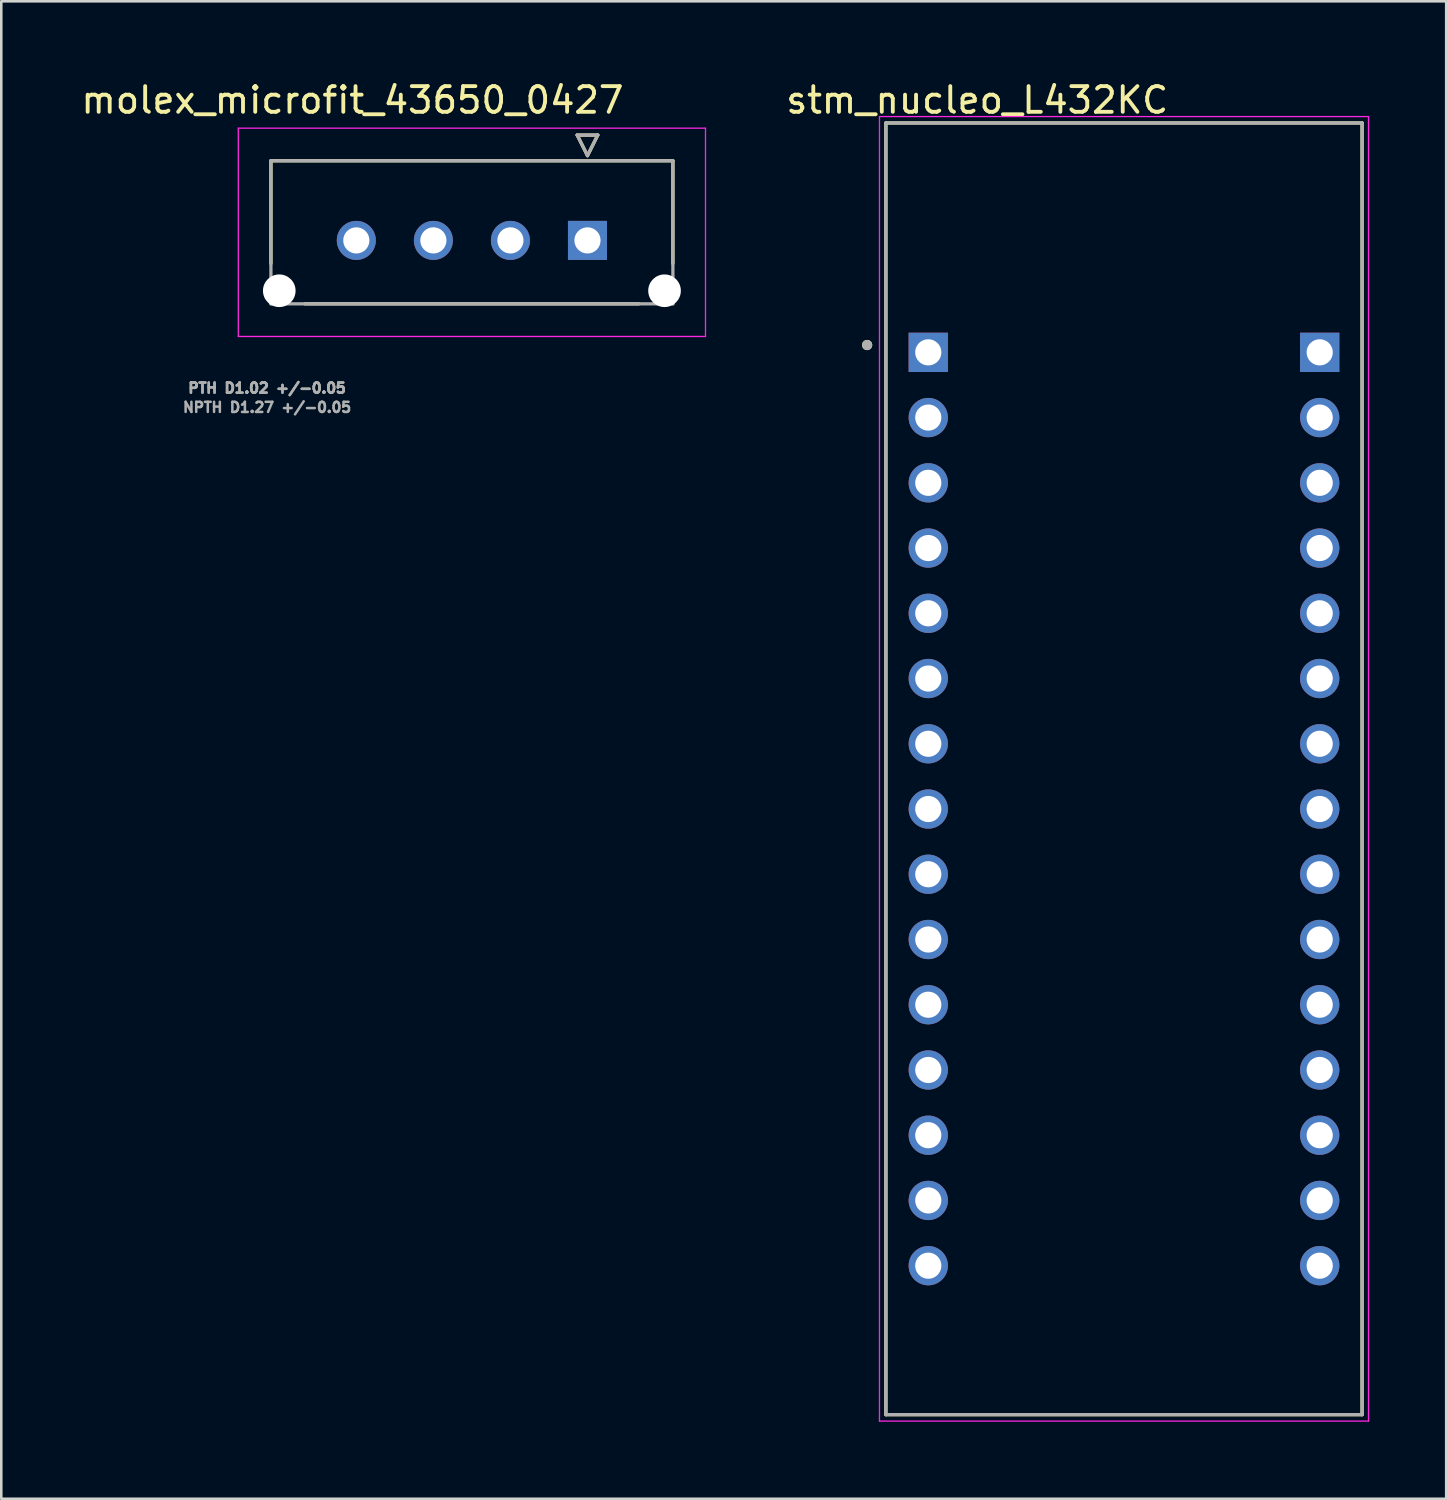
<source format=kicad_pcb>
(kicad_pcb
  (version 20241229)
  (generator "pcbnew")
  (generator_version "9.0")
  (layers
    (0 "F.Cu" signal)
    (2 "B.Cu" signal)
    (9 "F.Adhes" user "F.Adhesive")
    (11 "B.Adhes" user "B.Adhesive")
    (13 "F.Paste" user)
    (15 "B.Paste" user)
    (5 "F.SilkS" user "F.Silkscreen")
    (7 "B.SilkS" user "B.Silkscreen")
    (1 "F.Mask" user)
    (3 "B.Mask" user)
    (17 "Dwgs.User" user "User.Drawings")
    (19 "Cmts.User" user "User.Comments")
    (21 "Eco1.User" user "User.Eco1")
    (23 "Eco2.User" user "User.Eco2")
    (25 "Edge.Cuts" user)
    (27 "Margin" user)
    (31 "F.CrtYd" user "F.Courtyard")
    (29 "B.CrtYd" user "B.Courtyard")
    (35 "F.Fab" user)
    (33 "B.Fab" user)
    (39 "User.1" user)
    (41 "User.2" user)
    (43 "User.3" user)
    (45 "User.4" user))
  (footprint "molex_microfit_43650_0427"
    (layer "F.Cu")
    (at 19.823 6.31)
    (property "Reference" "molex_microfit_43650_0427" (at -9.15 -5.462 0) (layer "F.SilkS") (effects (font (size 1 1) (thickness 0.15))))
    (attr through_hole)
    (fp_circle (center -12 1.96) (end -11.644 1.96) (stroke (width 0.711) (type solid)) (fill no) (layer "F.Mask"))
    (fp_circle (center -9 0) (end -8.582 0) (stroke (width 0.836) (type solid)) (fill no) (layer "F.Mask"))
    (fp_circle (center -6 0) (end -5.582 0) (stroke (width 0.836) (type solid)) (fill no) (layer "F.Mask"))
    (fp_circle (center -3 0) (end -2.582 0) (stroke (width 0.836) (type solid)) (fill no) (layer "F.Mask"))
    (fp_circle (center 3 1.96) (end 3.356 1.96) (stroke (width 0.711) (type solid)) (fill no) (layer "F.Mask"))
    (fp_poly (pts (xy -0.836 -0.836) (xy 0.836 -0.836) (xy 0.836 0.836) (xy -0.836 0.836)) (stroke (width 0.01) (type solid)) (fill yes) (layer "F.Mask"))
    (fp_circle (center -12 1.96) (end -11.644 1.96) (stroke (width 0.711) (type solid)) (fill no) (layer "B.Mask"))
    (fp_circle (center -9 0) (end -8.582 0) (stroke (width 0.836) (type solid)) (fill no) (layer "B.Mask"))
    (fp_circle (center -6 0) (end -5.582 0) (stroke (width 0.836) (type solid)) (fill no) (layer "B.Mask"))
    (fp_circle (center -3 0) (end -2.582 0) (stroke (width 0.836) (type solid)) (fill no) (layer "B.Mask"))
    (fp_circle (center 3 1.96) (end 3.356 1.96) (stroke (width 0.711) (type solid)) (fill no) (layer "B.Mask"))
    (fp_poly (pts (xy -0.836 -0.836) (xy 0.836 -0.836) (xy 0.836 0.836) (xy -0.836 0.836)) (stroke (width 0.01) (type solid)) (fill yes) (layer "B.Mask"))
    (fp_line (start -12.325 -3.1) (end -12.325 0.9) (stroke (width 0.127) (type solid)) (layer "F.SilkS"))
    (fp_line (start -12.325 -3.1) (end 3.325 -3.1) (stroke (width 0.127) (type solid)) (layer "F.SilkS"))
    (fp_line (start -0.4 -4.1) (end 0.4 -4.1) (stroke (width 0.127) (type solid)) (layer "F.SilkS"))
    (fp_line (start 0 -3.3) (end -0.4 -4.1) (stroke (width 0.127) (type solid)) (layer "F.SilkS"))
    (fp_line (start 0.4 -4.1) (end 0 -3.3) (stroke (width 0.127) (type solid)) (layer "F.SilkS"))
    (fp_line (start 2 2.47) (end -11 2.47) (stroke (width 0.127) (type solid)) (layer "F.SilkS"))
    (fp_line (start 3.325 -3.1) (end 3.325 0.9) (stroke (width 0.127) (type solid)) (layer "F.SilkS"))
    (fp_line (start -13.595 -4.37) (end 4.595 -4.37) (stroke (width 0.05) (type solid)) (layer "F.CrtYd"))
    (fp_line (start -13.595 3.74) (end -13.595 -4.37) (stroke (width 0.05) (type solid)) (layer "F.CrtYd"))
    (fp_line (start 4.595 3.74) (end -13.595 3.74) (stroke (width 0.05) (type solid)) (layer "F.CrtYd"))
    (fp_line (start 4.595 3.74) (end 4.595 -4.37) (stroke (width 0.05) (type solid)) (layer "F.CrtYd"))
    (fp_line (start -12.325 -3.1) (end 3.325 -3.1) (stroke (width 0.127) (type solid)) (layer "F.Fab"))
    (fp_line (start -12.325 2.47) (end -12.325 -3.1) (stroke (width 0.127) (type solid)) (layer "F.Fab"))
    (fp_line (start -0.4 -4.1) (end 0.4 -4.1) (stroke (width 0.127) (type solid)) (layer "F.Fab"))
    (fp_line (start 0 -3.3) (end -0.4 -4.1) (stroke (width 0.127) (type solid)) (layer "F.Fab"))
    (fp_line (start 0.4 -4.1) (end 0 -3.3) (stroke (width 0.127) (type solid)) (layer "F.Fab"))
    (fp_line (start 3.325 2.47) (end -12.325 2.47) (stroke (width 0.127) (type solid)) (layer "F.Fab"))
    (fp_line (start 3.325 2.47) (end 3.325 -3.1) (stroke (width 0.127) (type solid)) (layer "F.Fab"))
    (fp_text user "NPTH D1.27 +/-0.05 " (at -12.325 6.5 0) (layer "F.Fab") (effects (font (size 0.394 0.394) (thickness 0.098))))
    (fp_text user "PTH D1.02 +/-0.05 " (at -12.325 5.75 0) (layer "F.Fab") (effects (font (size 0.394 0.394) (thickness 0.098))))
    (fp_text user "PTH D1.02 +/-0.05 " (at -12.325 5.75 0) (layer "F.Fab") (effects (font (size 0.394 0.394) (thickness 0.098))))
    (pad "" np_thru_hole circle (at -12 1.96) (size 1.27 1.27) (drill 1.27) (layers "*.Cu" "*.Mask"))
    (pad "" np_thru_hole circle (at 3 1.96) (size 1.27 1.27) (drill 1.27) (layers "*.Cu" "*.Mask"))
    (pad "1" thru_hole rect (at 0 0) (size 1.52 1.52) (drill 1.02) (layers "*.Cu"))
    (pad "2" thru_hole circle (at -3 0) (size 1.52 1.52) (drill 1.02) (layers "*.Cu"))
    (pad "3" thru_hole circle (at -6 0) (size 1.52 1.52) (drill 1.02) (layers "*.Cu"))
    (pad "4" thru_hole circle (at -9 0) (size 1.52 1.52) (drill 1.02) (layers "*.Cu")))
  (footprint "stm_nucleo_L432KC"
    (layer "F.Cu")
    (at 40.711 26.883)
    (property "Reference" "stm_nucleo_L432KC" (at -5.715 -26.035 0) (layer "F.SilkS") (effects (font (size 1 1) (thickness 0.15))))
    (attr through_hole)
    (fp_line (start -9.27 -25.145) (end 9.27 -25.145) (stroke (width 0.127) (type solid)) (layer "F.SilkS"))
    (fp_line (start -9.27 25.145) (end -9.27 -25.145) (stroke (width 0.127) (type solid)) (layer "F.SilkS"))
    (fp_line (start 9.27 -25.145) (end 9.27 25.145) (stroke (width 0.127) (type solid)) (layer "F.SilkS"))
    (fp_line (start 9.27 25.145) (end -9.27 25.145) (stroke (width 0.127) (type solid)) (layer "F.SilkS"))
    (fp_circle (center -10 -16.5) (end -9.9 -16.5) (stroke (width 0.2) (type solid)) (fill no) (layer "F.SilkS"))
    (fp_line (start -9.52 -25.395) (end 9.52 -25.395) (stroke (width 0.05) (type solid)) (layer "F.CrtYd"))
    (fp_line (start -9.52 25.395) (end -9.52 -25.395) (stroke (width 0.05) (type solid)) (layer "F.CrtYd"))
    (fp_line (start 9.52 -25.395) (end 9.52 25.395) (stroke (width 0.05) (type solid)) (layer "F.CrtYd"))
    (fp_line (start 9.52 25.395) (end -9.52 25.395) (stroke (width 0.05) (type solid)) (layer "F.CrtYd"))
    (fp_line (start -9.27 -25.145) (end 9.27 -25.145) (stroke (width 0.127) (type solid)) (layer "F.Fab"))
    (fp_line (start -9.27 25.145) (end -9.27 -25.145) (stroke (width 0.127) (type solid)) (layer "F.Fab"))
    (fp_line (start 9.27 -25.145) (end 9.27 25.145) (stroke (width 0.127) (type solid)) (layer "F.Fab"))
    (fp_line (start 9.27 25.145) (end -9.27 25.145) (stroke (width 0.127) (type solid)) (layer "F.Fab"))
    (fp_circle (center -10 -16.5) (end -9.9 -16.5) (stroke (width 0.2) (type solid)) (fill no) (layer "F.Fab"))
    (pad "1" thru_hole rect (at -7.62 -16.215) (size 1.53 1.53) (drill 1.02) (layers "*.Cu" "*.Mask"))
    (pad "2" thru_hole circle (at -7.62 -13.675) (size 1.53 1.53) (drill 1.02) (layers "*.Cu" "*.Mask"))
    (pad "3" thru_hole circle (at -7.62 -11.135) (size 1.53 1.53) (drill 1.02) (layers "*.Cu" "*.Mask"))
    (pad "4" thru_hole circle (at -7.62 -8.595) (size 1.53 1.53) (drill 1.02) (layers "*.Cu" "*.Mask"))
    (pad "5" thru_hole circle (at -7.62 -6.055) (size 1.53 1.53) (drill 1.02) (layers "*.Cu" "*.Mask"))
    (pad "6" thru_hole circle (at -7.62 -3.515) (size 1.53 1.53) (drill 1.02) (layers "*.Cu" "*.Mask"))
    (pad "7" thru_hole circle (at -7.62 -0.975) (size 1.53 1.53) (drill 1.02) (layers "*.Cu" "*.Mask"))
    (pad "8" thru_hole circle (at -7.62 1.565) (size 1.53 1.53) (drill 1.02) (layers "*.Cu" "*.Mask"))
    (pad "9" thru_hole circle (at -7.62 4.105) (size 1.53 1.53) (drill 1.02) (layers "*.Cu" "*.Mask"))
    (pad "10" thru_hole circle (at -7.62 6.645) (size 1.53 1.53) (drill 1.02) (layers "*.Cu" "*.Mask"))
    (pad "11" thru_hole circle (at -7.62 9.185) (size 1.53 1.53) (drill 1.02) (layers "*.Cu" "*.Mask"))
    (pad "12" thru_hole circle (at -7.62 11.725) (size 1.53 1.53) (drill 1.02) (layers "*.Cu" "*.Mask"))
    (pad "13" thru_hole circle (at -7.62 14.265) (size 1.53 1.53) (drill 1.02) (layers "*.Cu" "*.Mask"))
    (pad "14" thru_hole circle (at -7.62 16.805) (size 1.53 1.53) (drill 1.02) (layers "*.Cu" "*.Mask"))
    (pad "15" thru_hole circle (at -7.62 19.345) (size 1.53 1.53) (drill 1.02) (layers "*.Cu" "*.Mask"))
    (pad "16" thru_hole circle (at 7.62 19.345) (size 1.53 1.53) (drill 1.02) (layers "*.Cu" "*.Mask"))
    (pad "17" thru_hole circle (at 7.62 16.805) (size 1.53 1.53) (drill 1.02) (layers "*.Cu" "*.Mask"))
    (pad "18" thru_hole circle (at 7.62 14.265) (size 1.53 1.53) (drill 1.02) (layers "*.Cu" "*.Mask"))
    (pad "19" thru_hole circle (at 7.62 11.725) (size 1.53 1.53) (drill 1.02) (layers "*.Cu" "*.Mask"))
    (pad "20" thru_hole circle (at 7.62 9.185) (size 1.53 1.53) (drill 1.02) (layers "*.Cu" "*.Mask"))
    (pad "21" thru_hole circle (at 7.62 6.645) (size 1.53 1.53) (drill 1.02) (layers "*.Cu" "*.Mask"))
    (pad "22" thru_hole circle (at 7.62 4.105) (size 1.53 1.53) (drill 1.02) (layers "*.Cu" "*.Mask"))
    (pad "23" thru_hole circle (at 7.62 1.565) (size 1.53 1.53) (drill 1.02) (layers "*.Cu" "*.Mask"))
    (pad "24" thru_hole circle (at 7.62 -0.975) (size 1.53 1.53) (drill 1.02) (layers "*.Cu" "*.Mask"))
    (pad "25" thru_hole circle (at 7.62 -3.515) (size 1.53 1.53) (drill 1.02) (layers "*.Cu" "*.Mask"))
    (pad "26" thru_hole circle (at 7.62 -6.055) (size 1.53 1.53) (drill 1.02) (layers "*.Cu" "*.Mask"))
    (pad "27" thru_hole circle (at 7.62 -8.595) (size 1.53 1.53) (drill 1.02) (layers "*.Cu" "*.Mask"))
    (pad "28" thru_hole circle (at 7.62 -11.135) (size 1.53 1.53) (drill 1.02) (layers "*.Cu" "*.Mask"))
    (pad "29" thru_hole circle (at 7.62 -13.675) (size 1.53 1.53) (drill 1.02) (layers "*.Cu" "*.Mask"))
    (pad "30" thru_hole rect (at 7.62 -16.215) (size 1.53 1.53) (drill 1.02) (layers "*.Cu" "*.Mask")))
  (gr_rect
    (start -3 -3)
    (end 53.256 55.303)
    (stroke (width 0.1) (type default))
    (fill no)
    (layer "Edge.Cuts")))
</source>
